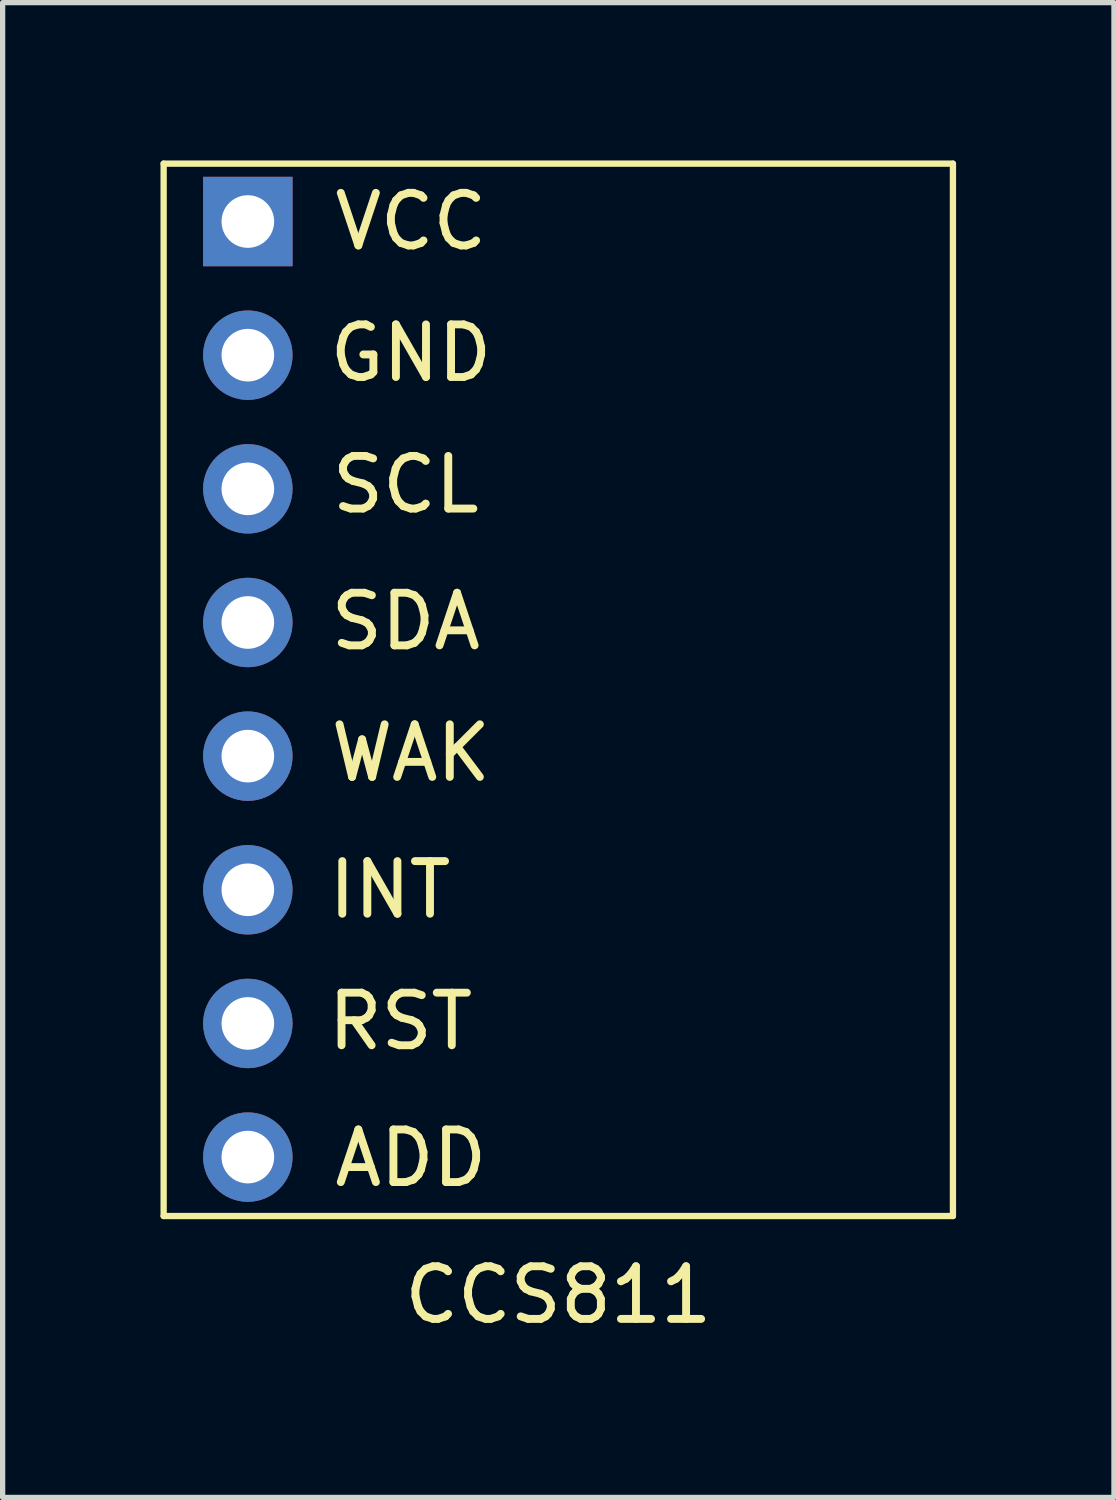
<source format=kicad_pcb>
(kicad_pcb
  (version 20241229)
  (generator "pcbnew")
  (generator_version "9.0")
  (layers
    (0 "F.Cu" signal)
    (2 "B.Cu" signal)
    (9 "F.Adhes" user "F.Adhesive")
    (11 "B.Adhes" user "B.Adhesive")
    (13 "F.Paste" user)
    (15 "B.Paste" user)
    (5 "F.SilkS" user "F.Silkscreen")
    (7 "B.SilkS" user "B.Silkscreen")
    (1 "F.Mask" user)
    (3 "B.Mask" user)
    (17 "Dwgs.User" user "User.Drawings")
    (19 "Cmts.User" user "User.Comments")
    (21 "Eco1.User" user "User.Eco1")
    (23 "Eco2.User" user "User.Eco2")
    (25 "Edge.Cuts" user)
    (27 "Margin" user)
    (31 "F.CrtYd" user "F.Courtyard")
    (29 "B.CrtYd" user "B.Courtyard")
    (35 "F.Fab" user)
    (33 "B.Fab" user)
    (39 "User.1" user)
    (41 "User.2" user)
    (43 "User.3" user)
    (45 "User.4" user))
  (footprint "CCS811"
    (layer "F.Cu")
    (at 7.56 10.06)
    (property "Reference" "CCS811" (at 0 11.5 0) (layer "F.SilkS") (effects (font (size 1 1) (thickness 0.15))))
    (attr through_hole)
    (fp_line (start -7.5 -10) (end -7.5 10) (stroke (width 0.12) (type solid)) (layer "F.SilkS"))
    (fp_line (start -7.5 -10) (end 7.5 -10) (stroke (width 0.12) (type solid)) (layer "F.SilkS"))
    (fp_line (start 7.5 -10) (end 7.5 10) (stroke (width 0.12) (type solid)) (layer "F.SilkS"))
    (fp_line (start 7.5 10) (end -7.5 10) (stroke (width 0.12) (type solid)) (layer "F.SilkS"))
    (fp_text user "SCL" (at -2.9 -3.9 0) (layer "F.SilkS") (effects (font (size 1 1) (thickness 0.15))))
    (fp_text user "RST" (at -3 6.3 0) (layer "F.SilkS") (effects (font (size 1 1) (thickness 0.15))))
    (fp_text user "INT" (at -3.2 3.8 0) (layer "F.SilkS") (effects (font (size 1 1) (thickness 0.15))))
    (fp_text user "WAK" (at -2.8 1.2 0) (layer "F.SilkS") (effects (font (size 1 1) (thickness 0.15))))
    (fp_text user "SDA" (at -2.9 -1.3 0) (layer "F.SilkS") (effects (font (size 1 1) (thickness 0.15))))
    (fp_text user "GND" (at -2.8 -6.4 0) (layer "F.SilkS") (effects (font (size 1 1) (thickness 0.15))))
    (fp_text user "ADD" (at -2.8 8.9 0) (layer "F.SilkS") (effects (font (size 1 1) (thickness 0.15))))
    (fp_text user "VCC" (at -2.8 -8.9 0) (layer "F.SilkS") (effects (font (size 1 1) (thickness 0.15))))
    (pad "1" thru_hole rect (at -5.9 -8.9) (size 1.7 1.7) (drill 1) (layers "*.Cu" "*.Mask"))
    (pad "2" thru_hole oval (at -5.9 -6.36) (size 1.7 1.7) (drill 1) (layers "*.Cu" "*.Mask"))
    (pad "3" thru_hole oval (at -5.9 -3.82) (size 1.7 1.7) (drill 1) (layers "*.Cu" "*.Mask"))
    (pad "4" thru_hole oval (at -5.9 -1.28) (size 1.7 1.7) (drill 1) (layers "*.Cu" "*.Mask"))
    (pad "5" thru_hole oval (at -5.9 1.26) (size 1.7 1.7) (drill 1) (layers "*.Cu" "*.Mask"))
    (pad "6" thru_hole oval (at -5.9 3.8) (size 1.7 1.7) (drill 1) (layers "*.Cu" "*.Mask"))
    (pad "7" thru_hole oval (at -5.9 6.34) (size 1.7 1.7) (drill 1) (layers "*.Cu" "*.Mask"))
    (pad "8" thru_hole oval (at -5.9 8.88) (size 1.7 1.7) (drill 1) (layers "*.Cu" "*.Mask")))
  (gr_rect
    (start -3 -3)
    (end 18.12 25.408)
    (stroke (width 0.1) (type default))
    (fill no)
    (layer "Edge.Cuts")))
</source>
